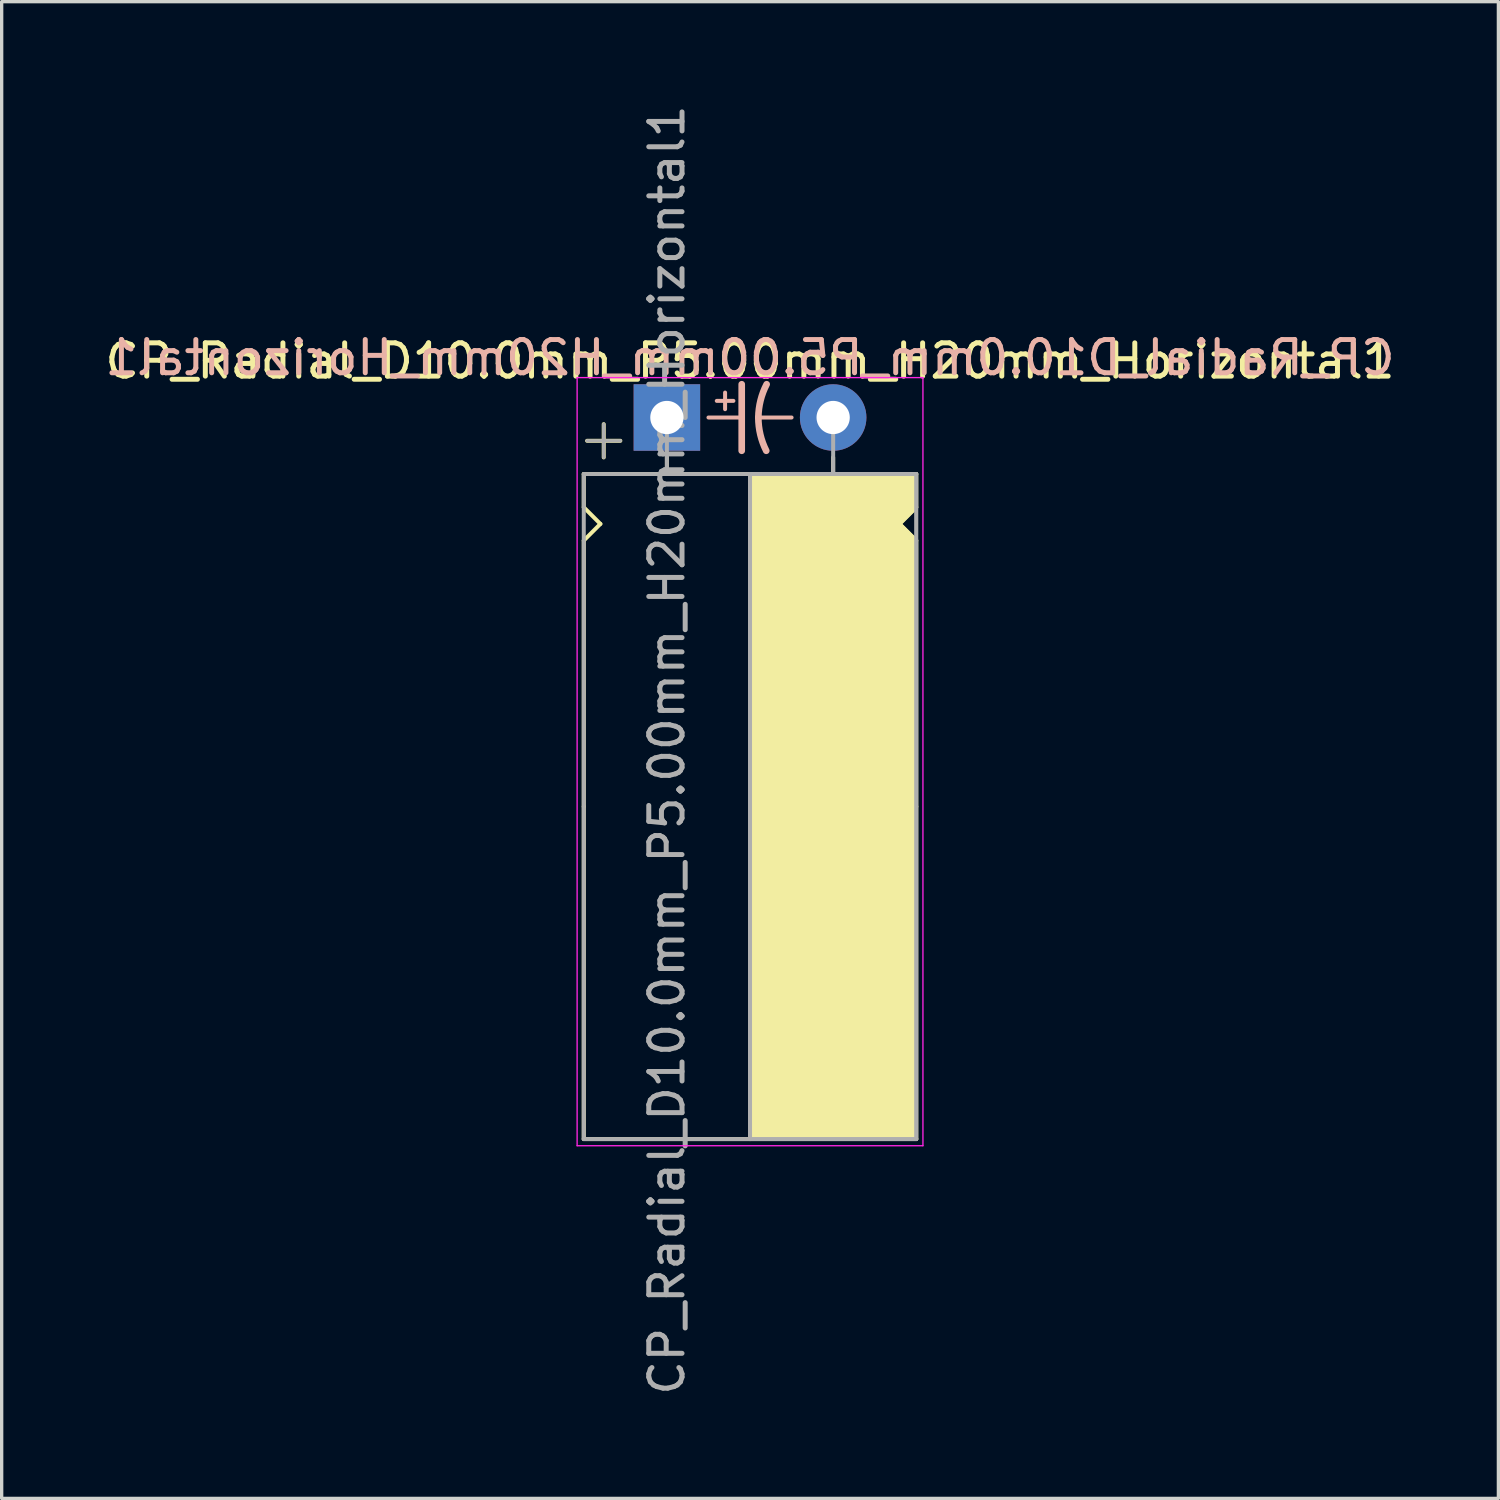
<source format=kicad_pcb>
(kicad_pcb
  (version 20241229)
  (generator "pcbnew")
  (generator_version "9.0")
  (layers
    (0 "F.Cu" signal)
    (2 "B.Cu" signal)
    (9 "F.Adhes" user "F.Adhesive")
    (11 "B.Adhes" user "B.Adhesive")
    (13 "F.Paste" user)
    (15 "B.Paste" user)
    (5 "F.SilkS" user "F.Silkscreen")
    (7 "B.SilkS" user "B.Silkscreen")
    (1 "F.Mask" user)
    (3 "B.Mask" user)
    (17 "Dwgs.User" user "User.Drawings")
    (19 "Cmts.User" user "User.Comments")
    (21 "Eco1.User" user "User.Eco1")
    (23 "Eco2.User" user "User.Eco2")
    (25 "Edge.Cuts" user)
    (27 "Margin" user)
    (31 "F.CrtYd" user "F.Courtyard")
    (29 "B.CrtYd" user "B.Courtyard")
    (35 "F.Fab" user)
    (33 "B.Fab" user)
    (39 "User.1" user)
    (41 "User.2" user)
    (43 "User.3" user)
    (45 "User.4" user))
  (footprint "CP_Radial_D10.0mm_P5.00mm_H20mm_Horizontal1"
    (layer "F.Cu")
    (at 17.006 9.506)
    (property "Reference" "CP_Radial_D10.0mm_P5.00mm_H20mm_Horizontal1" (at 2.5 -1.7 0) (layer "F.SilkS") (effects (font (size 1 1) (thickness 0.15))))
    (fp_line (start -2.5 1.7) (end -2.5 2.7) (stroke (width 0.12) (type solid)) (layer "F.SilkS"))
    (fp_line (start -2.5 2.7) (end -2 3.2) (stroke (width 0.12) (type solid)) (layer "F.SilkS"))
    (fp_line (start -2.5 3.7) (end -2.5 11.7) (stroke (width 0.12) (type solid)) (layer "F.SilkS"))
    (fp_line (start -2.5 11.7) (end -2.5 21.7) (stroke (width 0.12) (type solid)) (layer "F.SilkS"))
    (fp_line (start -2.5 21.7) (end 7.5 21.7) (stroke (width 0.12) (type solid)) (layer "F.SilkS"))
    (fp_line (start -2 3.2) (end -2.5 3.7) (stroke (width 0.12) (type solid)) (layer "F.SilkS"))
    (fp_line (start -1.9 0.2) (end -1.9 1.2) (stroke (width 0.12) (type solid)) (layer "F.SilkS"))
    (fp_line (start -1.4 0.7) (end -2.4 0.7) (stroke (width 0.12) (type solid)) (layer "F.SilkS"))
    (fp_line (start 0 1.7) (end 0 1.2) (stroke (width 0.12) (type solid)) (layer "F.SilkS"))
    (fp_line (start 2.5 1.7) (end -2.5 1.7) (stroke (width 0.12) (type solid)) (layer "F.SilkS"))
    (fp_line (start 2.5 21.7) (end 2.5 1.7) (stroke (width 0.12) (type solid)) (layer "F.SilkS"))
    (fp_line (start 5 1.7) (end 5 1.2) (stroke (width 0.12) (type solid)) (layer "F.SilkS"))
    (fp_line (start 7 3.2) (end 7.5 3.7) (stroke (width 0.12) (type solid)) (layer "F.SilkS"))
    (fp_line (start 7.5 1.7) (end 2.5 1.7) (stroke (width 0.12) (type solid)) (layer "F.SilkS"))
    (fp_line (start 7.5 1.7) (end 7.5 2.7) (stroke (width 0.12) (type solid)) (layer "F.SilkS"))
    (fp_line (start 7.5 2.7) (end 7 3.2) (stroke (width 0.12) (type solid)) (layer "F.SilkS"))
    (fp_line (start 7.5 3.7) (end 7.5 11.7) (stroke (width 0.12) (type solid)) (layer "F.SilkS"))
    (fp_line (start 7.5 11.7) (end 7.5 21.7) (stroke (width 0.12) (type solid)) (layer "F.SilkS"))
    (fp_poly (pts (xy 7.5 2.7) (xy 7 3.2) (xy 7.5 3.7) (xy 7.5 21.7) (xy 2.5 21.7) (xy 2.5 1.7) (xy 7.5 1.7)) (stroke (width 0.1) (type solid)) (fill yes) (layer "F.SilkS"))
    (fp_line (start 1.25 0) (end 2.25 0) (stroke (width 0.12) (type solid)) (layer "B.SilkS"))
    (fp_line (start 1.5 -0.5) (end 2 -0.5) (stroke (width 0.12) (type solid)) (layer "B.SilkS"))
    (fp_line (start 1.75 -0.75) (end 1.75 -0.25) (stroke (width 0.12) (type solid)) (layer "B.SilkS"))
    (fp_line (start 2.25 1) (end 2.25 -1) (stroke (width 0.2) (type solid)) (layer "B.SilkS"))
    (fp_line (start 3.75 0) (end 2.75 0) (stroke (width 0.12) (type solid)) (layer "B.SilkS"))
    (fp_arc (start 2.75 0) (mid 2.816707 -0.514573) (end 3 -1) (stroke (width 0.2) (type solid)) (layer "B.SilkS"))
    (fp_arc (start 2.987539 1) (mid 2.810248 0.513901) (end 2.75 0) (stroke (width 0.2) (type solid)) (layer "B.SilkS"))
    (fp_line (start -2.7 -1.2) (end 5.3 -1.2) (stroke (width 0.04) (type solid)) (layer "F.CrtYd"))
    (fp_line (start -2.7 21.9) (end -2.7 -1.2) (stroke (width 0.04) (type solid)) (layer "F.CrtYd"))
    (fp_line (start 5.3 -1.2) (end 7.7 -1.2) (stroke (width 0.04) (type solid)) (layer "F.CrtYd"))
    (fp_line (start 7.7 -1.2) (end 7.7 21.9) (stroke (width 0.04) (type solid)) (layer "F.CrtYd"))
    (fp_line (start 7.7 21.9) (end -2.7 21.9) (stroke (width 0.04) (type solid)) (layer "F.CrtYd"))
    (fp_line (start -2.5 1.7) (end -2.5 21.7) (stroke (width 0.12) (type solid)) (layer "F.Fab"))
    (fp_line (start -2.5 21.7) (end 7.5 21.7) (stroke (width 0.12) (type solid)) (layer "F.Fab"))
    (fp_line (start -2.4 0.7) (end -1.4 0.7) (stroke (width 0.1) (type solid)) (layer "F.Fab"))
    (fp_line (start -1.9 1.2) (end -1.9 0.2) (stroke (width 0.1) (type solid)) (layer "F.Fab"))
    (fp_line (start 0 1.7) (end 0 0) (stroke (width 0.12) (type solid)) (layer "F.Fab"))
    (fp_line (start 2.5 1.7) (end 2.5 21.7) (stroke (width 0.12) (type solid)) (layer "F.Fab"))
    (fp_line (start 5 1.7) (end 5 0) (stroke (width 0.12) (type solid)) (layer "F.Fab"))
    (fp_line (start 7.5 1.7) (end -2.5 1.7) (stroke (width 0.12) (type solid)) (layer "F.Fab"))
    (fp_line (start 7.5 21.7) (end 7.5 1.7) (stroke (width 0.12) (type solid)) (layer "F.Fab"))
    (fp_poly (pts (xy 7.5 21.7) (xy 2.5 21.7) (xy 2.5 1.7) (xy 7.5 1.7)) (stroke (width 0.1) (type solid)) (fill no) (layer "F.Fab"))
    (fp_text user "${REFERENCE}" (at 2.5 -1.8 0) (layer "B.SilkS") (effects (font (size 1 1) (thickness 0.15)) (justify mirror)))
    (fp_text user "${REFERENCE}" (at 0 10 90) (layer "F.Fab") (effects (font (size 1 1) (thickness 0.15))))
    (pad "1" thru_hole rect (at 0 0) (size 2 2) (drill 1) (layers "*.Cu" "*.Mask"))
    (pad "2" thru_hole circle (at 5 0) (size 2 2) (drill 1) (layers "*.Cu" "*.Mask")))
  (gr_rect
    (start -3 -3)
    (end 42.012 42.012)
    (stroke (width 0.1) (type default))
    (fill no)
    (layer "Edge.Cuts")))
</source>
